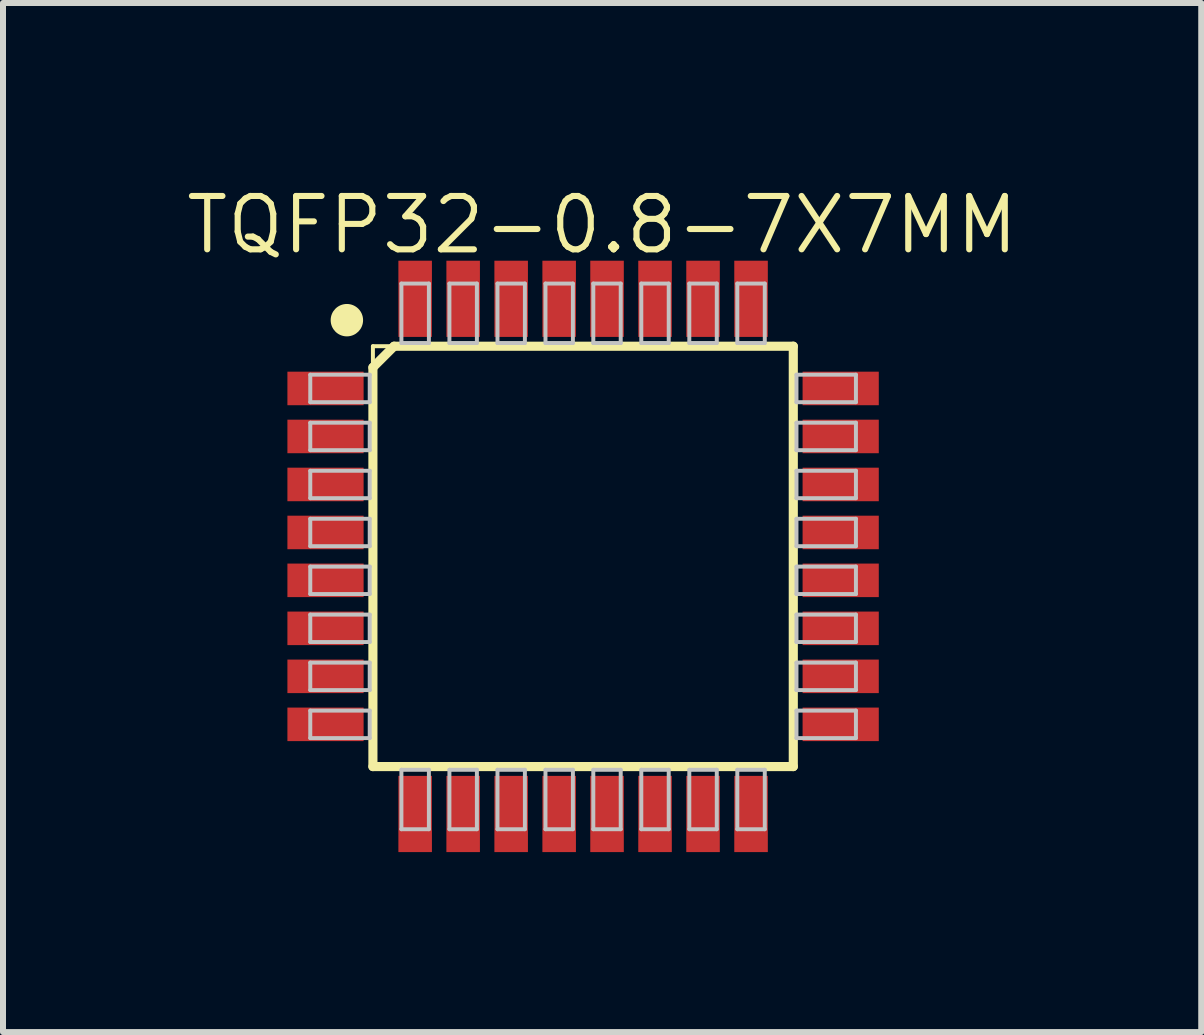
<source format=kicad_pcb>
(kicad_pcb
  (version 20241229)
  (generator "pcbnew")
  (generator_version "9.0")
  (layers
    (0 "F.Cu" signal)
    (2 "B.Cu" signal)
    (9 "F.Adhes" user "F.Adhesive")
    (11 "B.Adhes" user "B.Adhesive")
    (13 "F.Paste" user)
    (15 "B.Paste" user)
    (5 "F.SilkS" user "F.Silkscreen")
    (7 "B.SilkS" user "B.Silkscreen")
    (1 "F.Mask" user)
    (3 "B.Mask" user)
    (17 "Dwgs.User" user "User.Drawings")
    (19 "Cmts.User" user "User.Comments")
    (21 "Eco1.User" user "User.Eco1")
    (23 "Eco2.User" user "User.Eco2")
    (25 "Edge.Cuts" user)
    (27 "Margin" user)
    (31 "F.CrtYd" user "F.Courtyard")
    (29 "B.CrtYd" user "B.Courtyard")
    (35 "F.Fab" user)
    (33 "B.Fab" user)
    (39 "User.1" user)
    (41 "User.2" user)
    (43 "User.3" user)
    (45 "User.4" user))
  (footprint "TQFP32-0.8-7X7MM"
    (layer "F.Cu")
    (at 6.668 6.223)
    (property "Reference" "TQFP32-0.8-7X7MM" (at 0.318 -5.524 0) (layer "F.SilkS") (effects (font (size 0.889 0.889) (thickness 0.102))))
    (attr smd)
    (fp_line (start -3.503 -3.503) (end 3.503 -3.503) (stroke (width 0.066) (type solid)) (layer "F.SilkS"))
    (fp_line (start -3.503 3.503) (end -3.503 -3.503) (stroke (width 0.066) (type solid)) (layer "F.SilkS"))
    (fp_line (start -3.503 3.503) (end -3.503 -3.15) (stroke (width 0.152) (type solid)) (layer "F.SilkS"))
    (fp_line (start -3.503 3.503) (end 3.503 3.503) (stroke (width 0.066) (type solid)) (layer "F.SilkS"))
    (fp_line (start -3.15 -3.503) (end -3.503 -3.15) (stroke (width 0.152) (type solid)) (layer "F.SilkS"))
    (fp_line (start -3.15 -3.503) (end 3.503 -3.503) (stroke (width 0.152) (type solid)) (layer "F.SilkS"))
    (fp_line (start 3.503 -3.503) (end 3.503 3.503) (stroke (width 0.152) (type solid)) (layer "F.SilkS"))
    (fp_line (start 3.503 3.503) (end -3.503 3.503) (stroke (width 0.152) (type solid)) (layer "F.SilkS"))
    (fp_line (start 3.503 3.503) (end 3.503 -3.503) (stroke (width 0.066) (type solid)) (layer "F.SilkS"))
    (fp_circle (center -3.937 -3.937) (end -4.128 -4.128) (stroke (width 0) (type solid)) (fill yes) (layer "F.SilkS"))
    (fp_line (start -4.547 -3.028) (end -3.556 -3.028) (stroke (width 0.066) (type solid)) (layer "Dwgs.User"))
    (fp_line (start -4.547 -2.57) (end -4.547 -3.028) (stroke (width 0.066) (type solid)) (layer "Dwgs.User"))
    (fp_line (start -4.547 -2.57) (end -3.556 -2.57) (stroke (width 0.066) (type solid)) (layer "Dwgs.User"))
    (fp_line (start -4.547 -2.228) (end -3.556 -2.228) (stroke (width 0.066) (type solid)) (layer "Dwgs.User"))
    (fp_line (start -4.547 -1.77) (end -4.547 -2.228) (stroke (width 0.066) (type solid)) (layer "Dwgs.User"))
    (fp_line (start -4.547 -1.77) (end -3.556 -1.77) (stroke (width 0.066) (type solid)) (layer "Dwgs.User"))
    (fp_line (start -4.547 -1.427) (end -3.556 -1.427) (stroke (width 0.066) (type solid)) (layer "Dwgs.User"))
    (fp_line (start -4.547 -0.97) (end -4.547 -1.427) (stroke (width 0.066) (type solid)) (layer "Dwgs.User"))
    (fp_line (start -4.547 -0.97) (end -3.556 -0.97) (stroke (width 0.066) (type solid)) (layer "Dwgs.User"))
    (fp_line (start -4.547 -0.627) (end -3.556 -0.627) (stroke (width 0.066) (type solid)) (layer "Dwgs.User"))
    (fp_line (start -4.547 -0.17) (end -4.547 -0.627) (stroke (width 0.066) (type solid)) (layer "Dwgs.User"))
    (fp_line (start -4.547 -0.17) (end -3.556 -0.17) (stroke (width 0.066) (type solid)) (layer "Dwgs.User"))
    (fp_line (start -4.547 0.17) (end -3.556 0.17) (stroke (width 0.066) (type solid)) (layer "Dwgs.User"))
    (fp_line (start -4.547 0.627) (end -4.547 0.17) (stroke (width 0.066) (type solid)) (layer "Dwgs.User"))
    (fp_line (start -4.547 0.627) (end -3.556 0.627) (stroke (width 0.066) (type solid)) (layer "Dwgs.User"))
    (fp_line (start -4.547 0.97) (end -3.556 0.97) (stroke (width 0.066) (type solid)) (layer "Dwgs.User"))
    (fp_line (start -4.547 1.427) (end -4.547 0.97) (stroke (width 0.066) (type solid)) (layer "Dwgs.User"))
    (fp_line (start -4.547 1.427) (end -3.556 1.427) (stroke (width 0.066) (type solid)) (layer "Dwgs.User"))
    (fp_line (start -4.547 1.77) (end -3.556 1.77) (stroke (width 0.066) (type solid)) (layer "Dwgs.User"))
    (fp_line (start -4.547 2.228) (end -4.547 1.77) (stroke (width 0.066) (type solid)) (layer "Dwgs.User"))
    (fp_line (start -4.547 2.228) (end -3.556 2.228) (stroke (width 0.066) (type solid)) (layer "Dwgs.User"))
    (fp_line (start -4.547 2.57) (end -3.556 2.57) (stroke (width 0.066) (type solid)) (layer "Dwgs.User"))
    (fp_line (start -4.547 3.028) (end -4.547 2.57) (stroke (width 0.066) (type solid)) (layer "Dwgs.User"))
    (fp_line (start -4.547 3.028) (end -3.556 3.028) (stroke (width 0.066) (type solid)) (layer "Dwgs.User"))
    (fp_line (start -3.556 -2.57) (end -3.556 -3.028) (stroke (width 0.066) (type solid)) (layer "Dwgs.User"))
    (fp_line (start -3.556 -1.77) (end -3.556 -2.228) (stroke (width 0.066) (type solid)) (layer "Dwgs.User"))
    (fp_line (start -3.556 -0.97) (end -3.556 -1.427) (stroke (width 0.066) (type solid)) (layer "Dwgs.User"))
    (fp_line (start -3.556 -0.17) (end -3.556 -0.627) (stroke (width 0.066) (type solid)) (layer "Dwgs.User"))
    (fp_line (start -3.556 0.627) (end -3.556 0.17) (stroke (width 0.066) (type solid)) (layer "Dwgs.User"))
    (fp_line (start -3.556 1.427) (end -3.556 0.97) (stroke (width 0.066) (type solid)) (layer "Dwgs.User"))
    (fp_line (start -3.556 2.228) (end -3.556 1.77) (stroke (width 0.066) (type solid)) (layer "Dwgs.User"))
    (fp_line (start -3.556 3.028) (end -3.556 2.57) (stroke (width 0.066) (type solid)) (layer "Dwgs.User"))
    (fp_line (start -3.028 -4.547) (end -2.57 -4.547) (stroke (width 0.066) (type solid)) (layer "Dwgs.User"))
    (fp_line (start -3.028 -3.556) (end -3.028 -4.547) (stroke (width 0.066) (type solid)) (layer "Dwgs.User"))
    (fp_line (start -3.028 -3.556) (end -2.57 -3.556) (stroke (width 0.066) (type solid)) (layer "Dwgs.User"))
    (fp_line (start -3.028 3.556) (end -2.57 3.556) (stroke (width 0.066) (type solid)) (layer "Dwgs.User"))
    (fp_line (start -3.028 4.547) (end -3.028 3.556) (stroke (width 0.066) (type solid)) (layer "Dwgs.User"))
    (fp_line (start -3.028 4.547) (end -2.57 4.547) (stroke (width 0.066) (type solid)) (layer "Dwgs.User"))
    (fp_line (start -2.57 -3.556) (end -2.57 -4.547) (stroke (width 0.066) (type solid)) (layer "Dwgs.User"))
    (fp_line (start -2.57 4.547) (end -2.57 3.556) (stroke (width 0.066) (type solid)) (layer "Dwgs.User"))
    (fp_line (start -2.228 -4.547) (end -1.77 -4.547) (stroke (width 0.066) (type solid)) (layer "Dwgs.User"))
    (fp_line (start -2.228 -3.556) (end -2.228 -4.547) (stroke (width 0.066) (type solid)) (layer "Dwgs.User"))
    (fp_line (start -2.228 -3.556) (end -1.77 -3.556) (stroke (width 0.066) (type solid)) (layer "Dwgs.User"))
    (fp_line (start -2.228 3.556) (end -1.77 3.556) (stroke (width 0.066) (type solid)) (layer "Dwgs.User"))
    (fp_line (start -2.228 4.547) (end -2.228 3.556) (stroke (width 0.066) (type solid)) (layer "Dwgs.User"))
    (fp_line (start -2.228 4.547) (end -1.77 4.547) (stroke (width 0.066) (type solid)) (layer "Dwgs.User"))
    (fp_line (start -1.77 -3.556) (end -1.77 -4.547) (stroke (width 0.066) (type solid)) (layer "Dwgs.User"))
    (fp_line (start -1.77 4.547) (end -1.77 3.556) (stroke (width 0.066) (type solid)) (layer "Dwgs.User"))
    (fp_line (start -1.427 -4.547) (end -0.97 -4.547) (stroke (width 0.066) (type solid)) (layer "Dwgs.User"))
    (fp_line (start -1.427 -3.556) (end -1.427 -4.547) (stroke (width 0.066) (type solid)) (layer "Dwgs.User"))
    (fp_line (start -1.427 -3.556) (end -0.97 -3.556) (stroke (width 0.066) (type solid)) (layer "Dwgs.User"))
    (fp_line (start -1.427 3.556) (end -0.97 3.556) (stroke (width 0.066) (type solid)) (layer "Dwgs.User"))
    (fp_line (start -1.427 4.547) (end -1.427 3.556) (stroke (width 0.066) (type solid)) (layer "Dwgs.User"))
    (fp_line (start -1.427 4.547) (end -0.97 4.547) (stroke (width 0.066) (type solid)) (layer "Dwgs.User"))
    (fp_line (start -0.97 -3.556) (end -0.97 -4.547) (stroke (width 0.066) (type solid)) (layer "Dwgs.User"))
    (fp_line (start -0.97 4.547) (end -0.97 3.556) (stroke (width 0.066) (type solid)) (layer "Dwgs.User"))
    (fp_line (start -0.627 -4.547) (end -0.17 -4.547) (stroke (width 0.066) (type solid)) (layer "Dwgs.User"))
    (fp_line (start -0.627 -3.556) (end -0.627 -4.547) (stroke (width 0.066) (type solid)) (layer "Dwgs.User"))
    (fp_line (start -0.627 -3.556) (end -0.17 -3.556) (stroke (width 0.066) (type solid)) (layer "Dwgs.User"))
    (fp_line (start -0.627 3.556) (end -0.17 3.556) (stroke (width 0.066) (type solid)) (layer "Dwgs.User"))
    (fp_line (start -0.627 4.547) (end -0.627 3.556) (stroke (width 0.066) (type solid)) (layer "Dwgs.User"))
    (fp_line (start -0.627 4.547) (end -0.17 4.547) (stroke (width 0.066) (type solid)) (layer "Dwgs.User"))
    (fp_line (start -0.17 -3.556) (end -0.17 -4.547) (stroke (width 0.066) (type solid)) (layer "Dwgs.User"))
    (fp_line (start -0.17 4.547) (end -0.17 3.556) (stroke (width 0.066) (type solid)) (layer "Dwgs.User"))
    (fp_line (start 0.17 -4.547) (end 0.627 -4.547) (stroke (width 0.066) (type solid)) (layer "Dwgs.User"))
    (fp_line (start 0.17 -3.556) (end 0.17 -4.547) (stroke (width 0.066) (type solid)) (layer "Dwgs.User"))
    (fp_line (start 0.17 -3.556) (end 0.627 -3.556) (stroke (width 0.066) (type solid)) (layer "Dwgs.User"))
    (fp_line (start 0.17 3.556) (end 0.627 3.556) (stroke (width 0.066) (type solid)) (layer "Dwgs.User"))
    (fp_line (start 0.17 4.547) (end 0.17 3.556) (stroke (width 0.066) (type solid)) (layer "Dwgs.User"))
    (fp_line (start 0.17 4.547) (end 0.627 4.547) (stroke (width 0.066) (type solid)) (layer "Dwgs.User"))
    (fp_line (start 0.627 -3.556) (end 0.627 -4.547) (stroke (width 0.066) (type solid)) (layer "Dwgs.User"))
    (fp_line (start 0.627 4.547) (end 0.627 3.556) (stroke (width 0.066) (type solid)) (layer "Dwgs.User"))
    (fp_line (start 0.97 -4.547) (end 1.427 -4.547) (stroke (width 0.066) (type solid)) (layer "Dwgs.User"))
    (fp_line (start 0.97 -3.556) (end 0.97 -4.547) (stroke (width 0.066) (type solid)) (layer "Dwgs.User"))
    (fp_line (start 0.97 -3.556) (end 1.427 -3.556) (stroke (width 0.066) (type solid)) (layer "Dwgs.User"))
    (fp_line (start 0.97 3.556) (end 1.427 3.556) (stroke (width 0.066) (type solid)) (layer "Dwgs.User"))
    (fp_line (start 0.97 4.547) (end 0.97 3.556) (stroke (width 0.066) (type solid)) (layer "Dwgs.User"))
    (fp_line (start 0.97 4.547) (end 1.427 4.547) (stroke (width 0.066) (type solid)) (layer "Dwgs.User"))
    (fp_line (start 1.427 -3.556) (end 1.427 -4.547) (stroke (width 0.066) (type solid)) (layer "Dwgs.User"))
    (fp_line (start 1.427 4.547) (end 1.427 3.556) (stroke (width 0.066) (type solid)) (layer "Dwgs.User"))
    (fp_line (start 1.77 -4.547) (end 2.228 -4.547) (stroke (width 0.066) (type solid)) (layer "Dwgs.User"))
    (fp_line (start 1.77 -3.556) (end 1.77 -4.547) (stroke (width 0.066) (type solid)) (layer "Dwgs.User"))
    (fp_line (start 1.77 -3.556) (end 2.228 -3.556) (stroke (width 0.066) (type solid)) (layer "Dwgs.User"))
    (fp_line (start 1.77 3.556) (end 2.228 3.556) (stroke (width 0.066) (type solid)) (layer "Dwgs.User"))
    (fp_line (start 1.77 4.547) (end 1.77 3.556) (stroke (width 0.066) (type solid)) (layer "Dwgs.User"))
    (fp_line (start 1.77 4.547) (end 2.228 4.547) (stroke (width 0.066) (type solid)) (layer "Dwgs.User"))
    (fp_line (start 2.228 -3.556) (end 2.228 -4.547) (stroke (width 0.066) (type solid)) (layer "Dwgs.User"))
    (fp_line (start 2.228 4.547) (end 2.228 3.556) (stroke (width 0.066) (type solid)) (layer "Dwgs.User"))
    (fp_line (start 2.57 -4.547) (end 3.028 -4.547) (stroke (width 0.066) (type solid)) (layer "Dwgs.User"))
    (fp_line (start 2.57 -3.556) (end 2.57 -4.547) (stroke (width 0.066) (type solid)) (layer "Dwgs.User"))
    (fp_line (start 2.57 -3.556) (end 3.028 -3.556) (stroke (width 0.066) (type solid)) (layer "Dwgs.User"))
    (fp_line (start 2.57 3.556) (end 3.028 3.556) (stroke (width 0.066) (type solid)) (layer "Dwgs.User"))
    (fp_line (start 2.57 4.547) (end 2.57 3.556) (stroke (width 0.066) (type solid)) (layer "Dwgs.User"))
    (fp_line (start 2.57 4.547) (end 3.028 4.547) (stroke (width 0.066) (type solid)) (layer "Dwgs.User"))
    (fp_line (start 3.028 -3.556) (end 3.028 -4.547) (stroke (width 0.066) (type solid)) (layer "Dwgs.User"))
    (fp_line (start 3.028 4.547) (end 3.028 3.556) (stroke (width 0.066) (type solid)) (layer "Dwgs.User"))
    (fp_line (start 3.556 -3.028) (end 4.547 -3.028) (stroke (width 0.066) (type solid)) (layer "Dwgs.User"))
    (fp_line (start 3.556 -2.57) (end 3.556 -3.028) (stroke (width 0.066) (type solid)) (layer "Dwgs.User"))
    (fp_line (start 3.556 -2.57) (end 4.547 -2.57) (stroke (width 0.066) (type solid)) (layer "Dwgs.User"))
    (fp_line (start 3.556 -2.228) (end 4.547 -2.228) (stroke (width 0.066) (type solid)) (layer "Dwgs.User"))
    (fp_line (start 3.556 -1.77) (end 3.556 -2.228) (stroke (width 0.066) (type solid)) (layer "Dwgs.User"))
    (fp_line (start 3.556 -1.77) (end 4.547 -1.77) (stroke (width 0.066) (type solid)) (layer "Dwgs.User"))
    (fp_line (start 3.556 -1.427) (end 4.547 -1.427) (stroke (width 0.066) (type solid)) (layer "Dwgs.User"))
    (fp_line (start 3.556 -0.97) (end 3.556 -1.427) (stroke (width 0.066) (type solid)) (layer "Dwgs.User"))
    (fp_line (start 3.556 -0.97) (end 4.547 -0.97) (stroke (width 0.066) (type solid)) (layer "Dwgs.User"))
    (fp_line (start 3.556 -0.627) (end 4.547 -0.627) (stroke (width 0.066) (type solid)) (layer "Dwgs.User"))
    (fp_line (start 3.556 -0.17) (end 3.556 -0.627) (stroke (width 0.066) (type solid)) (layer "Dwgs.User"))
    (fp_line (start 3.556 -0.17) (end 4.547 -0.17) (stroke (width 0.066) (type solid)) (layer "Dwgs.User"))
    (fp_line (start 3.556 0.17) (end 4.547 0.17) (stroke (width 0.066) (type solid)) (layer "Dwgs.User"))
    (fp_line (start 3.556 0.627) (end 3.556 0.17) (stroke (width 0.066) (type solid)) (layer "Dwgs.User"))
    (fp_line (start 3.556 0.627) (end 4.547 0.627) (stroke (width 0.066) (type solid)) (layer "Dwgs.User"))
    (fp_line (start 3.556 0.97) (end 4.547 0.97) (stroke (width 0.066) (type solid)) (layer "Dwgs.User"))
    (fp_line (start 3.556 1.427) (end 3.556 0.97) (stroke (width 0.066) (type solid)) (layer "Dwgs.User"))
    (fp_line (start 3.556 1.427) (end 4.547 1.427) (stroke (width 0.066) (type solid)) (layer "Dwgs.User"))
    (fp_line (start 3.556 1.77) (end 4.547 1.77) (stroke (width 0.066) (type solid)) (layer "Dwgs.User"))
    (fp_line (start 3.556 2.228) (end 3.556 1.77) (stroke (width 0.066) (type solid)) (layer "Dwgs.User"))
    (fp_line (start 3.556 2.228) (end 4.547 2.228) (stroke (width 0.066) (type solid)) (layer "Dwgs.User"))
    (fp_line (start 3.556 2.57) (end 4.547 2.57) (stroke (width 0.066) (type solid)) (layer "Dwgs.User"))
    (fp_line (start 3.556 3.028) (end 3.556 2.57) (stroke (width 0.066) (type solid)) (layer "Dwgs.User"))
    (fp_line (start 3.556 3.028) (end 4.547 3.028) (stroke (width 0.066) (type solid)) (layer "Dwgs.User"))
    (fp_line (start 4.547 -2.57) (end 4.547 -3.028) (stroke (width 0.066) (type solid)) (layer "Dwgs.User"))
    (fp_line (start 4.547 -1.77) (end 4.547 -2.228) (stroke (width 0.066) (type solid)) (layer "Dwgs.User"))
    (fp_line (start 4.547 -0.97) (end 4.547 -1.427) (stroke (width 0.066) (type solid)) (layer "Dwgs.User"))
    (fp_line (start 4.547 -0.17) (end 4.547 -0.627) (stroke (width 0.066) (type solid)) (layer "Dwgs.User"))
    (fp_line (start 4.547 0.627) (end 4.547 0.17) (stroke (width 0.066) (type solid)) (layer "Dwgs.User"))
    (fp_line (start 4.547 1.427) (end 4.547 0.97) (stroke (width 0.066) (type solid)) (layer "Dwgs.User"))
    (fp_line (start 4.547 2.228) (end 4.547 1.77) (stroke (width 0.066) (type solid)) (layer "Dwgs.User"))
    (fp_line (start 4.547 3.028) (end 4.547 2.57) (stroke (width 0.066) (type solid)) (layer "Dwgs.User"))
    (pad "1" smd rect (at -4.293 -2.799) (size 1.27 0.559) (layers "F.Cu" "F.Mask" "F.Paste"))
    (pad "2" smd rect (at -4.293 -1.999) (size 1.27 0.559) (layers "F.Cu" "F.Mask" "F.Paste"))
    (pad "3" smd rect (at -4.293 -1.199) (size 1.27 0.559) (layers "F.Cu" "F.Mask" "F.Paste"))
    (pad "4" smd rect (at -4.293 -0.399) (size 1.27 0.559) (layers "F.Cu" "F.Mask" "F.Paste"))
    (pad "5" smd rect (at -4.293 0.399) (size 1.27 0.559) (layers "F.Cu" "F.Mask" "F.Paste"))
    (pad "6" smd rect (at -4.293 1.199) (size 1.27 0.559) (layers "F.Cu" "F.Mask" "F.Paste"))
    (pad "7" smd rect (at -4.293 1.999) (size 1.27 0.559) (layers "F.Cu" "F.Mask" "F.Paste"))
    (pad "8" smd rect (at -4.293 2.799) (size 1.27 0.559) (layers "F.Cu" "F.Mask" "F.Paste"))
    (pad "9" smd rect (at -2.799 4.293) (size 0.559 1.27) (layers "F.Cu" "F.Mask" "F.Paste"))
    (pad "10" smd rect (at -1.999 4.293) (size 0.559 1.27) (layers "F.Cu" "F.Mask" "F.Paste"))
    (pad "11" smd rect (at -1.199 4.293) (size 0.559 1.27) (layers "F.Cu" "F.Mask" "F.Paste"))
    (pad "12" smd rect (at -0.399 4.293) (size 0.559 1.27) (layers "F.Cu" "F.Mask" "F.Paste"))
    (pad "13" smd rect (at 0.399 4.293) (size 0.559 1.27) (layers "F.Cu" "F.Mask" "F.Paste"))
    (pad "14" smd rect (at 1.199 4.293) (size 0.559 1.27) (layers "F.Cu" "F.Mask" "F.Paste"))
    (pad "15" smd rect (at 1.999 4.293) (size 0.559 1.27) (layers "F.Cu" "F.Mask" "F.Paste"))
    (pad "16" smd rect (at 2.799 4.293) (size 0.559 1.27) (layers "F.Cu" "F.Mask" "F.Paste"))
    (pad "17" smd rect (at 4.293 2.799) (size 1.27 0.559) (layers "F.Cu" "F.Mask" "F.Paste"))
    (pad "18" smd rect (at 4.293 1.999) (size 1.27 0.559) (layers "F.Cu" "F.Mask" "F.Paste"))
    (pad "19" smd rect (at 4.293 1.199) (size 1.27 0.559) (layers "F.Cu" "F.Mask" "F.Paste"))
    (pad "20" smd rect (at 4.293 0.399) (size 1.27 0.559) (layers "F.Cu" "F.Mask" "F.Paste"))
    (pad "21" smd rect (at 4.293 -0.399) (size 1.27 0.559) (layers "F.Cu" "F.Mask" "F.Paste"))
    (pad "22" smd rect (at 4.293 -1.199) (size 1.27 0.559) (layers "F.Cu" "F.Mask" "F.Paste"))
    (pad "23" smd rect (at 4.293 -1.999) (size 1.27 0.559) (layers "F.Cu" "F.Mask" "F.Paste"))
    (pad "24" smd rect (at 4.293 -2.799) (size 1.27 0.559) (layers "F.Cu" "F.Mask" "F.Paste"))
    (pad "25" smd rect (at 2.799 -4.293) (size 0.559 1.27) (layers "F.Cu" "F.Mask" "F.Paste"))
    (pad "26" smd rect (at 1.999 -4.293) (size 0.559 1.27) (layers "F.Cu" "F.Mask" "F.Paste"))
    (pad "27" smd rect (at 1.199 -4.293) (size 0.559 1.27) (layers "F.Cu" "F.Mask" "F.Paste"))
    (pad "28" smd rect (at 0.399 -4.293) (size 0.559 1.27) (layers "F.Cu" "F.Mask" "F.Paste"))
    (pad "29" smd rect (at -0.399 -4.293) (size 0.559 1.27) (layers "F.Cu" "F.Mask" "F.Paste"))
    (pad "30" smd rect (at -1.199 -4.293) (size 0.559 1.27) (layers "F.Cu" "F.Mask" "F.Paste"))
    (pad "31" smd rect (at -1.999 -4.293) (size 0.559 1.27) (layers "F.Cu" "F.Mask" "F.Paste"))
    (pad "32" smd rect (at -2.799 -4.293) (size 0.559 1.27) (layers "F.Cu" "F.Mask" "F.Paste")))
  (gr_rect
    (start -3 -3)
    (end 16.97 14.15)
    (stroke (width 0.1) (type default))
    (fill no)
    (layer "Edge.Cuts")))
</source>
